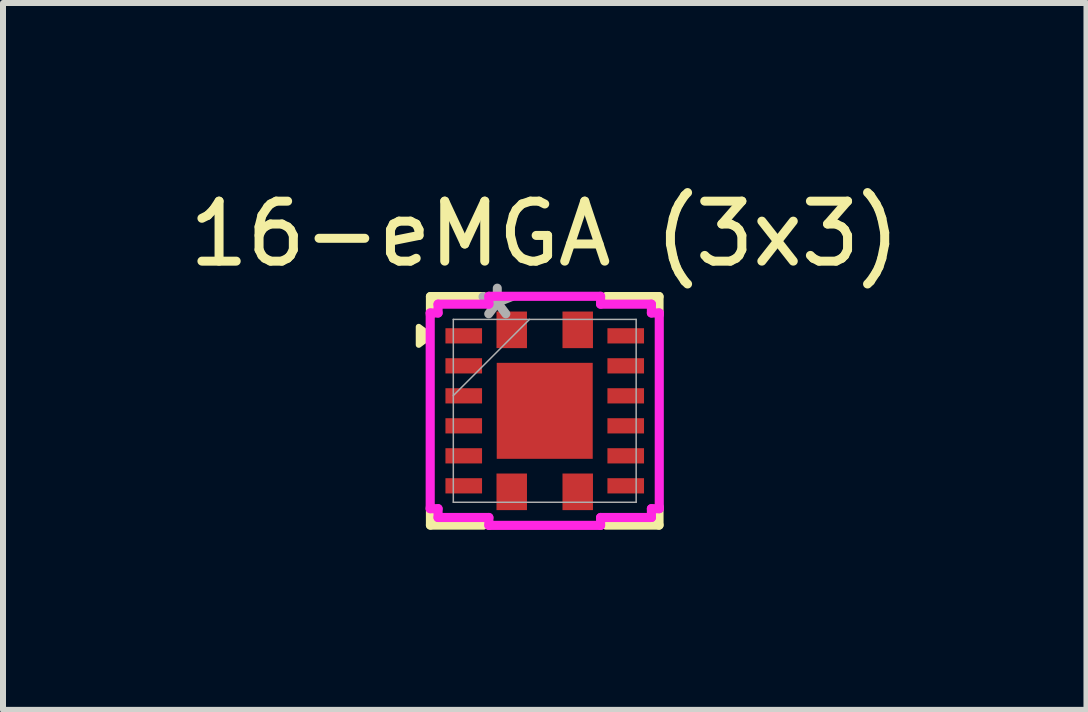
<source format=kicad_pcb>
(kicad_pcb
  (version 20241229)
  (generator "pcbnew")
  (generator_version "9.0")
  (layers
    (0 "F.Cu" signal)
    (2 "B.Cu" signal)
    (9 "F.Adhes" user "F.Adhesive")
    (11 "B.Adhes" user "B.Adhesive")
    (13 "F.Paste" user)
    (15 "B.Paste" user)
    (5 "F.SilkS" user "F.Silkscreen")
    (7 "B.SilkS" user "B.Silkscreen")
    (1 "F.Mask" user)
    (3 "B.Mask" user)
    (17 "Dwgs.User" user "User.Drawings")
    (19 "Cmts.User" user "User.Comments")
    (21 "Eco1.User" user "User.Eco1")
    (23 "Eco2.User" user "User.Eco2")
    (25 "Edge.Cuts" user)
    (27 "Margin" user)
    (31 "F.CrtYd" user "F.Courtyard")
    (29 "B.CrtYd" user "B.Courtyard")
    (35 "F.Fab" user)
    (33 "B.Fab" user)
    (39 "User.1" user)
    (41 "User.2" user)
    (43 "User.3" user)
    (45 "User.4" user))
  (footprint "16-eMGA (3x3)"
    (layer "F.Cu")
    (at 6.03 3.798)
    (property "Reference" "16-eMGA (3x3)" (at 0 -2.95 0) (unlocked yes) (layer "F.SilkS") (effects (font (size 1 1) (thickness 0.15))))
    (attr smd)
    (fp_line (start -1.905 -1.905) (end -1.905 -1.596) (stroke (width 0.152) (type solid)) (layer "F.SilkS"))
    (fp_line (start -1.905 1.596) (end -1.905 1.905) (stroke (width 0.152) (type solid)) (layer "F.SilkS"))
    (fp_line (start -1.905 1.905) (end -1.023 1.905) (stroke (width 0.152) (type solid)) (layer "F.SilkS"))
    (fp_line (start -1.023 -1.905) (end -1.905 -1.905) (stroke (width 0.152) (type solid)) (layer "F.SilkS"))
    (fp_line (start 1.023 1.905) (end 1.905 1.905) (stroke (width 0.152) (type solid)) (layer "F.SilkS"))
    (fp_line (start 1.905 -1.905) (end 1.023 -1.905) (stroke (width 0.152) (type solid)) (layer "F.SilkS"))
    (fp_line (start 1.905 -1.596) (end 1.905 -1.905) (stroke (width 0.152) (type solid)) (layer "F.SilkS"))
    (fp_line (start 1.905 1.905) (end 1.905 1.596) (stroke (width 0.152) (type solid)) (layer "F.SilkS"))
    (fp_poly (pts (xy -2.1 -1.4) (xy -2.1 -1.1) (xy -1.9 -1.25)) (stroke (width 0.1) (type solid)) (fill yes) (layer "F.SilkS"))
    (fp_line (start -1.909 -1.631) (end -1.778 -1.631) (stroke (width 0.152) (type solid)) (layer "F.CrtYd"))
    (fp_line (start -1.909 1.631) (end -1.909 -1.631) (stroke (width 0.152) (type solid)) (layer "F.CrtYd"))
    (fp_line (start -1.778 -1.778) (end -0.931 -1.778) (stroke (width 0.152) (type solid)) (layer "F.CrtYd"))
    (fp_line (start -1.778 -1.631) (end -1.778 -1.778) (stroke (width 0.152) (type solid)) (layer "F.CrtYd"))
    (fp_line (start -1.778 1.631) (end -1.909 1.631) (stroke (width 0.152) (type solid)) (layer "F.CrtYd"))
    (fp_line (start -1.778 1.778) (end -1.778 1.631) (stroke (width 0.152) (type solid)) (layer "F.CrtYd"))
    (fp_line (start -0.931 -1.909) (end 0.931 -1.909) (stroke (width 0.152) (type solid)) (layer "F.CrtYd"))
    (fp_line (start -0.931 -1.778) (end -0.931 -1.909) (stroke (width 0.152) (type solid)) (layer "F.CrtYd"))
    (fp_line (start -0.931 1.778) (end -1.778 1.778) (stroke (width 0.152) (type solid)) (layer "F.CrtYd"))
    (fp_line (start -0.931 1.909) (end -0.931 1.778) (stroke (width 0.152) (type solid)) (layer "F.CrtYd"))
    (fp_line (start 0.931 -1.909) (end 0.931 -1.778) (stroke (width 0.152) (type solid)) (layer "F.CrtYd"))
    (fp_line (start 0.931 -1.778) (end 1.778 -1.778) (stroke (width 0.152) (type solid)) (layer "F.CrtYd"))
    (fp_line (start 0.931 1.778) (end 0.931 1.909) (stroke (width 0.152) (type solid)) (layer "F.CrtYd"))
    (fp_line (start 0.931 1.909) (end -0.931 1.909) (stroke (width 0.152) (type solid)) (layer "F.CrtYd"))
    (fp_line (start 1.778 -1.778) (end 1.778 -1.631) (stroke (width 0.152) (type solid)) (layer "F.CrtYd"))
    (fp_line (start 1.778 -1.631) (end 1.909 -1.631) (stroke (width 0.152) (type solid)) (layer "F.CrtYd"))
    (fp_line (start 1.778 1.631) (end 1.778 1.778) (stroke (width 0.152) (type solid)) (layer "F.CrtYd"))
    (fp_line (start 1.778 1.778) (end 0.931 1.778) (stroke (width 0.152) (type solid)) (layer "F.CrtYd"))
    (fp_line (start 1.909 -1.631) (end 1.909 1.631) (stroke (width 0.152) (type solid)) (layer "F.CrtYd"))
    (fp_line (start 1.909 1.631) (end 1.778 1.631) (stroke (width 0.152) (type solid)) (layer "F.CrtYd"))
    (fp_line (start -1.524 -1.524) (end -1.524 1.524) (stroke (width 0.025) (type solid)) (layer "F.Fab"))
    (fp_line (start -1.524 -0.254) (end -0.254 -1.524) (stroke (width 0.025) (type solid)) (layer "F.Fab"))
    (fp_line (start -1.524 1.524) (end 1.524 1.524) (stroke (width 0.025) (type solid)) (layer "F.Fab"))
    (fp_line (start 1.524 -1.524) (end -1.524 -1.524) (stroke (width 0.025) (type solid)) (layer "F.Fab"))
    (fp_line (start 1.524 1.524) (end 1.524 -1.524) (stroke (width 0.025) (type solid)) (layer "F.Fab"))
    (fp_text user "*" (at -0.791 -1.5 0) (layer "F.Fab") (effects (font (size 1 1) (thickness 0.15))))
    (pad "1" smd rect (at -1.35 -1.25 90) (size 0.254 0.61) (layers "F.Cu" "F.Mask" "F.Paste"))
    (pad "2" smd rect (at -1.35 -0.75 90) (size 0.254 0.61) (layers "F.Cu" "F.Mask" "F.Paste"))
    (pad "3" smd rect (at -1.35 -0.25 90) (size 0.254 0.61) (layers "F.Cu" "F.Mask" "F.Paste"))
    (pad "4" smd rect (at -1.35 0.25 90) (size 0.254 0.61) (layers "F.Cu" "F.Mask" "F.Paste"))
    (pad "5" smd rect (at -1.35 0.75 90) (size 0.254 0.61) (layers "F.Cu" "F.Mask" "F.Paste"))
    (pad "6" smd rect (at -1.35 1.25 90) (size 0.254 0.61) (layers "F.Cu" "F.Mask" "F.Paste"))
    (pad "7" smd rect (at -0.55 1.35) (size 0.508 0.61) (layers "F.Cu" "F.Mask" "F.Paste"))
    (pad "8" smd rect (at 0.55 1.35) (size 0.508 0.61) (layers "F.Cu" "F.Mask" "F.Paste"))
    (pad "9" smd rect (at 1.35 1.25 90) (size 0.254 0.61) (layers "F.Cu" "F.Mask" "F.Paste"))
    (pad "10" smd rect (at 1.35 0.75 90) (size 0.254 0.61) (layers "F.Cu" "F.Mask" "F.Paste"))
    (pad "11" smd rect (at 1.35 0.25 90) (size 0.254 0.61) (layers "F.Cu" "F.Mask" "F.Paste"))
    (pad "12" smd rect (at 1.35 -0.25 90) (size 0.254 0.61) (layers "F.Cu" "F.Mask" "F.Paste"))
    (pad "13" smd rect (at 1.35 -0.75 90) (size 0.254 0.61) (layers "F.Cu" "F.Mask" "F.Paste"))
    (pad "14" smd rect (at 1.35 -1.25 90) (size 0.254 0.61) (layers "F.Cu" "F.Mask" "F.Paste"))
    (pad "15" smd rect (at 0.55 -1.35) (size 0.508 0.61) (layers "F.Cu" "F.Mask" "F.Paste"))
    (pad "16" smd rect (at -0.55 -1.35) (size 0.508 0.61) (layers "F.Cu" "F.Mask" "F.Paste"))
    (pad "17" smd rect (at 0 0) (size 1.6 1.6) (layers "F.Cu" "F.Mask" "F.Paste")))
  (gr_rect
    (start -3 -3)
    (end 15.06 8.783)
    (stroke (width 0.1) (type default))
    (fill no)
    (layer "Edge.Cuts")))
</source>
